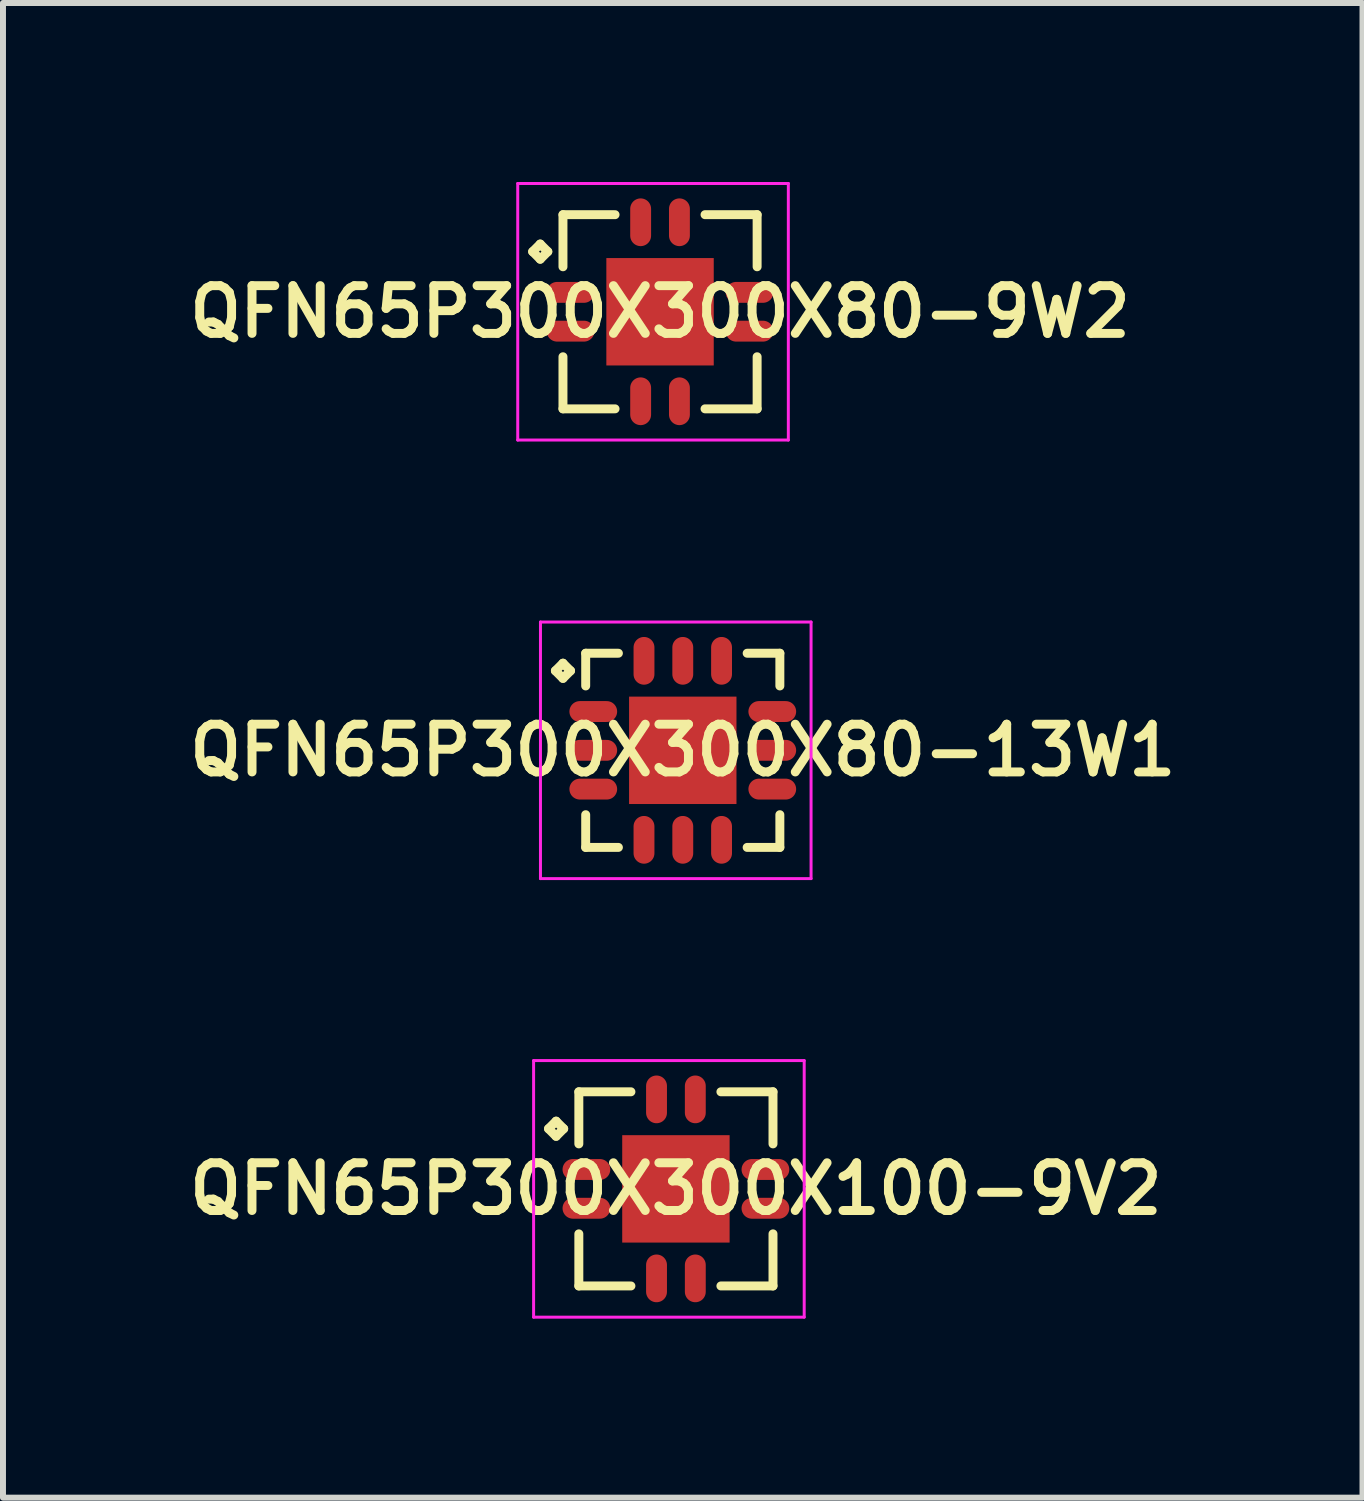
<source format=kicad_pcb>
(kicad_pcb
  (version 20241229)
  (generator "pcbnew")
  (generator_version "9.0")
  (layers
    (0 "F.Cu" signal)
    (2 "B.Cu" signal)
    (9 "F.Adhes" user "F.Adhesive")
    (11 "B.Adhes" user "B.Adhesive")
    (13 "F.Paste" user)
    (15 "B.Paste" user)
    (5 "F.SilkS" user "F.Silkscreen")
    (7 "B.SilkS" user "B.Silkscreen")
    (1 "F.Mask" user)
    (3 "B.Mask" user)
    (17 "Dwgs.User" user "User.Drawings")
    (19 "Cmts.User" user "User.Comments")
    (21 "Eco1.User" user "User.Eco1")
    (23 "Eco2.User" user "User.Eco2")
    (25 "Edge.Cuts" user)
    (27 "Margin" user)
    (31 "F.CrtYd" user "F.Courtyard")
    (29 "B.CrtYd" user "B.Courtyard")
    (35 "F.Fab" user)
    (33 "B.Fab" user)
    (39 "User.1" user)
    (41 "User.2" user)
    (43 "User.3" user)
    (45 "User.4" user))
  (footprint "QFN65P300X300X80-9W2"
    (layer "F.Cu")
    (at 8.012 2.175)
    (property "Reference" "QFN65P300X300X80-9W2" (at 0 0 0) (layer "F.SilkS") (effects (font (size 0.8 0.8) (thickness 0.15))))
    (attr smd)
    (fp_line (start -2.135 -1.008) (end -2.008 -1.135) (stroke (width 0.15) (type solid)) (layer "F.SilkS"))
    (fp_line (start -2.008 -1.135) (end -1.881 -1.008) (stroke (width 0.15) (type solid)) (layer "F.SilkS"))
    (fp_line (start -2.008 -0.881) (end -2.135 -1.008) (stroke (width 0.15) (type solid)) (layer "F.SilkS"))
    (fp_line (start -1.881 -1.008) (end -2.008 -0.881) (stroke (width 0.15) (type solid)) (layer "F.SilkS"))
    (fp_line (start -1.627 -1.627) (end -0.754 -1.627) (stroke (width 0.15) (type solid)) (layer "F.SilkS"))
    (fp_line (start -1.627 -0.754) (end -1.627 -1.627) (stroke (width 0.15) (type solid)) (layer "F.SilkS"))
    (fp_line (start -1.627 0.754) (end -1.627 1.627) (stroke (width 0.15) (type solid)) (layer "F.SilkS"))
    (fp_line (start -1.627 1.627) (end -0.754 1.627) (stroke (width 0.15) (type solid)) (layer "F.SilkS"))
    (fp_line (start 0.754 -1.627) (end 1.627 -1.627) (stroke (width 0.15) (type solid)) (layer "F.SilkS"))
    (fp_line (start 0.754 1.627) (end 1.627 1.627) (stroke (width 0.15) (type solid)) (layer "F.SilkS"))
    (fp_line (start 1.627 -1.627) (end 1.627 -0.754) (stroke (width 0.15) (type solid)) (layer "F.SilkS"))
    (fp_line (start 1.627 1.627) (end 1.627 0.754) (stroke (width 0.15) (type solid)) (layer "F.SilkS"))
    (fp_line (start -2.385 -2.15) (end 2.15 -2.15) (stroke (width 0.05) (type solid)) (layer "F.CrtYd"))
    (fp_line (start -2.385 2.15) (end -2.385 -2.15) (stroke (width 0.05) (type solid)) (layer "F.CrtYd"))
    (fp_line (start 2.15 -2.15) (end 2.15 2.15) (stroke (width 0.05) (type solid)) (layer "F.CrtYd"))
    (fp_line (start 2.15 2.15) (end -2.385 2.15) (stroke (width 0.05) (type solid)) (layer "F.CrtYd"))
    (pad "1" smd oval (at -1.5 -0.325) (size 0.8 0.35) (layers "F.Cu" "F.Mask" "F.Paste"))
    (pad "2" smd oval (at -1.5 0.325) (size 0.8 0.35) (layers "F.Cu" "F.Mask" "F.Paste"))
    (pad "3" smd oval (at -0.325 1.5) (size 0.35 0.8) (layers "F.Cu" "F.Mask" "F.Paste"))
    (pad "4" smd oval (at 0.325 1.5) (size 0.35 0.8) (layers "F.Cu" "F.Mask" "F.Paste"))
    (pad "5" smd oval (at 1.5 0.325) (size 0.8 0.35) (layers "F.Cu" "F.Mask" "F.Paste"))
    (pad "6" smd oval (at 1.5 -0.325) (size 0.8 0.35) (layers "F.Cu" "F.Mask" "F.Paste"))
    (pad "7" smd oval (at 0.325 -1.5) (size 0.35 0.8) (layers "F.Cu" "F.Mask" "F.Paste"))
    (pad "8" smd oval (at -0.325 -1.5) (size 0.35 0.8) (layers "F.Cu" "F.Mask" "F.Paste"))
    (pad "9" smd rect (at 0 0) (size 1.8 1.8) (layers "F.Cu" "F.Mask" "F.Paste")))
  (footprint "QFN65P300X300X100-9V2"
    (layer "F.Cu")
    (at 8.278 16.875)
    (property "Reference" "QFN65P300X300X100-9V2" (at 0 0 0) (layer "F.SilkS") (effects (font (size 0.8 0.8) (thickness 0.15))))
    (attr smd)
    (fp_line (start -2.135 -1.008) (end -2.008 -1.135) (stroke (width 0.15) (type solid)) (layer "F.SilkS"))
    (fp_line (start -2.008 -1.135) (end -1.881 -1.008) (stroke (width 0.15) (type solid)) (layer "F.SilkS"))
    (fp_line (start -2.008 -0.881) (end -2.135 -1.008) (stroke (width 0.15) (type solid)) (layer "F.SilkS"))
    (fp_line (start -1.881 -1.008) (end -2.008 -0.881) (stroke (width 0.15) (type solid)) (layer "F.SilkS"))
    (fp_line (start -1.627 -1.627) (end -0.754 -1.627) (stroke (width 0.15) (type solid)) (layer "F.SilkS"))
    (fp_line (start -1.627 -0.754) (end -1.627 -1.627) (stroke (width 0.15) (type solid)) (layer "F.SilkS"))
    (fp_line (start -1.627 0.754) (end -1.627 1.627) (stroke (width 0.15) (type solid)) (layer "F.SilkS"))
    (fp_line (start -1.627 1.627) (end -0.754 1.627) (stroke (width 0.15) (type solid)) (layer "F.SilkS"))
    (fp_line (start 0.754 -1.627) (end 1.627 -1.627) (stroke (width 0.15) (type solid)) (layer "F.SilkS"))
    (fp_line (start 0.754 1.627) (end 1.627 1.627) (stroke (width 0.15) (type solid)) (layer "F.SilkS"))
    (fp_line (start 1.627 -1.627) (end 1.627 -0.754) (stroke (width 0.15) (type solid)) (layer "F.SilkS"))
    (fp_line (start 1.627 1.627) (end 1.627 0.754) (stroke (width 0.15) (type solid)) (layer "F.SilkS"))
    (fp_line (start -2.385 -2.15) (end 2.15 -2.15) (stroke (width 0.05) (type solid)) (layer "F.CrtYd"))
    (fp_line (start -2.385 2.15) (end -2.385 -2.15) (stroke (width 0.05) (type solid)) (layer "F.CrtYd"))
    (fp_line (start 2.15 -2.15) (end 2.15 2.15) (stroke (width 0.05) (type solid)) (layer "F.CrtYd"))
    (fp_line (start 2.15 2.15) (end -2.385 2.15) (stroke (width 0.05) (type solid)) (layer "F.CrtYd"))
    (pad "1" smd oval (at -1.5 -0.325) (size 0.8 0.35) (layers "F.Cu" "F.Mask" "F.Paste"))
    (pad "2" smd oval (at -1.5 0.325) (size 0.8 0.35) (layers "F.Cu" "F.Mask" "F.Paste"))
    (pad "3" smd oval (at -0.325 1.5) (size 0.35 0.8) (layers "F.Cu" "F.Mask" "F.Paste"))
    (pad "4" smd oval (at 0.325 1.5) (size 0.35 0.8) (layers "F.Cu" "F.Mask" "F.Paste"))
    (pad "5" smd oval (at 1.5 0.325) (size 0.8 0.35) (layers "F.Cu" "F.Mask" "F.Paste"))
    (pad "6" smd oval (at 1.5 -0.325) (size 0.8 0.35) (layers "F.Cu" "F.Mask" "F.Paste"))
    (pad "7" smd oval (at 0.325 -1.5) (size 0.35 0.8) (layers "F.Cu" "F.Mask" "F.Paste"))
    (pad "8" smd oval (at -0.325 -1.5) (size 0.35 0.8) (layers "F.Cu" "F.Mask" "F.Paste"))
    (pad "9" smd rect (at 0 0) (size 1.8 1.8) (layers "F.Cu" "F.Mask" "F.Paste")))
  (footprint "QFN65P300X300X80-13W1"
    (layer "F.Cu")
    (at 8.393 9.525)
    (property "Reference" "QFN65P300X300X80-13W1" (at 0 0 0) (layer "F.SilkS") (effects (font (size 0.8 0.8) (thickness 0.15))))
    (attr smd)
    (fp_line (start -2.135 -1.333) (end -2.008 -1.46) (stroke (width 0.15) (type solid)) (layer "F.SilkS"))
    (fp_line (start -2.008 -1.46) (end -1.881 -1.333) (stroke (width 0.15) (type solid)) (layer "F.SilkS"))
    (fp_line (start -2.008 -1.206) (end -2.135 -1.333) (stroke (width 0.15) (type solid)) (layer "F.SilkS"))
    (fp_line (start -1.881 -1.333) (end -2.008 -1.206) (stroke (width 0.15) (type solid)) (layer "F.SilkS"))
    (fp_line (start -1.627 -1.627) (end -1.079 -1.627) (stroke (width 0.15) (type solid)) (layer "F.SilkS"))
    (fp_line (start -1.627 -1.079) (end -1.627 -1.627) (stroke (width 0.15) (type solid)) (layer "F.SilkS"))
    (fp_line (start -1.627 1.079) (end -1.627 1.627) (stroke (width 0.15) (type solid)) (layer "F.SilkS"))
    (fp_line (start -1.627 1.627) (end -1.079 1.627) (stroke (width 0.15) (type solid)) (layer "F.SilkS"))
    (fp_line (start 1.079 -1.627) (end 1.627 -1.627) (stroke (width 0.15) (type solid)) (layer "F.SilkS"))
    (fp_line (start 1.079 1.627) (end 1.627 1.627) (stroke (width 0.15) (type solid)) (layer "F.SilkS"))
    (fp_line (start 1.627 -1.627) (end 1.627 -1.079) (stroke (width 0.15) (type solid)) (layer "F.SilkS"))
    (fp_line (start 1.627 1.627) (end 1.627 1.079) (stroke (width 0.15) (type solid)) (layer "F.SilkS"))
    (fp_line (start -2.385 -2.15) (end 2.15 -2.15) (stroke (width 0.05) (type solid)) (layer "F.CrtYd"))
    (fp_line (start -2.385 2.15) (end -2.385 -2.15) (stroke (width 0.05) (type solid)) (layer "F.CrtYd"))
    (fp_line (start 2.15 -2.15) (end 2.15 2.15) (stroke (width 0.05) (type solid)) (layer "F.CrtYd"))
    (fp_line (start 2.15 2.15) (end -2.385 2.15) (stroke (width 0.05) (type solid)) (layer "F.CrtYd"))
    (pad "1" smd oval (at -1.5 -0.65) (size 0.8 0.35) (layers "F.Cu" "F.Mask" "F.Paste"))
    (pad "2" smd oval (at -1.5 0) (size 0.8 0.35) (layers "F.Cu" "F.Mask" "F.Paste"))
    (pad "3" smd oval (at -1.5 0.65) (size 0.8 0.35) (layers "F.Cu" "F.Mask" "F.Paste"))
    (pad "4" smd oval (at -0.65 1.5) (size 0.35 0.8) (layers "F.Cu" "F.Mask" "F.Paste"))
    (pad "5" smd oval (at 0 1.5) (size 0.35 0.8) (layers "F.Cu" "F.Mask" "F.Paste"))
    (pad "6" smd oval (at 0.65 1.5) (size 0.35 0.8) (layers "F.Cu" "F.Mask" "F.Paste"))
    (pad "7" smd oval (at 1.5 0.65) (size 0.8 0.35) (layers "F.Cu" "F.Mask" "F.Paste"))
    (pad "8" smd oval (at 1.5 0) (size 0.8 0.35) (layers "F.Cu" "F.Mask" "F.Paste"))
    (pad "9" smd oval (at 1.5 -0.65) (size 0.8 0.35) (layers "F.Cu" "F.Mask" "F.Paste"))
    (pad "10" smd oval (at 0.65 -1.5) (size 0.35 0.8) (layers "F.Cu" "F.Mask" "F.Paste"))
    (pad "11" smd oval (at 0 -1.5) (size 0.35 0.8) (layers "F.Cu" "F.Mask" "F.Paste"))
    (pad "12" smd oval (at -0.65 -1.5) (size 0.35 0.8) (layers "F.Cu" "F.Mask" "F.Paste"))
    (pad "13" smd rect (at 0 0) (size 1.8 1.8) (layers "F.Cu" "F.Mask" "F.Paste")))
  (gr_rect
    (start -3 -3)
    (end 19.785 22.05)
    (stroke (width 0.1) (type default))
    (fill no)
    (layer "Edge.Cuts")))
</source>
